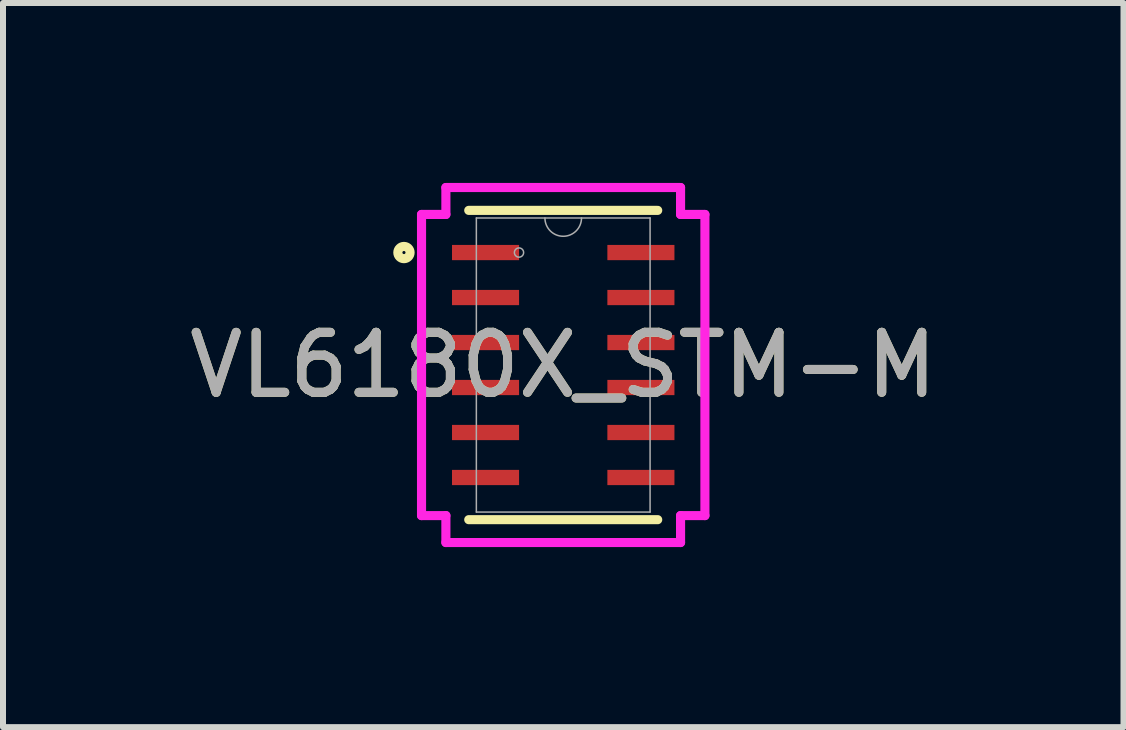
<source format=kicad_pcb>
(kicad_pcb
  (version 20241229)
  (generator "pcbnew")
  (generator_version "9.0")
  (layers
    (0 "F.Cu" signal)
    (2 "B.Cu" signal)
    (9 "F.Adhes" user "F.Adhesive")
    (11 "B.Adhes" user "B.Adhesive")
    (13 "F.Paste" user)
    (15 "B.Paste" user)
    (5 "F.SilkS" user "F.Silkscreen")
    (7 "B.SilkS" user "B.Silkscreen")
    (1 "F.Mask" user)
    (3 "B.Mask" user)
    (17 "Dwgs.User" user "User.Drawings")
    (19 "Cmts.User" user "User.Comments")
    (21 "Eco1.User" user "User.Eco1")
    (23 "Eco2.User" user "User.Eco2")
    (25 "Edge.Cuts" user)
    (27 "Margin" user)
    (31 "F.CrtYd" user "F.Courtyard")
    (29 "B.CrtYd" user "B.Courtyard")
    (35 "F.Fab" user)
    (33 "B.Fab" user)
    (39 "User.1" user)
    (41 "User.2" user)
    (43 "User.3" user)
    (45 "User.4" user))
  (footprint "VL6180X_STM-M"
    (layer "F.Cu")
    (at 6.339 3.035)
    (property "Reference" "VL6180X_STM-M" (at 0 0 0) (unlocked yes) (layer "F.SilkS") (effects (font (size 1 1) (thickness 0.15))))
    (attr smd)
    (fp_line (start -1.575 2.578) (end 1.575 2.578) (stroke (width 0.152) (type solid)) (layer "F.SilkS"))
    (fp_line (start 1.575 -2.578) (end -1.575 -2.578) (stroke (width 0.152) (type solid)) (layer "F.SilkS"))
    (fp_circle (center -2.655 -1.875) (end -2.553 -1.875) (stroke (width 0.152) (type solid)) (fill no) (layer "F.SilkS"))
    (fp_line (start -2.362 -2.51) (end -1.956 -2.51) (stroke (width 0.152) (type solid)) (layer "F.CrtYd"))
    (fp_line (start -2.362 2.51) (end -2.362 -2.51) (stroke (width 0.152) (type solid)) (layer "F.CrtYd"))
    (fp_line (start -2.362 2.51) (end -1.956 2.51) (stroke (width 0.152) (type solid)) (layer "F.CrtYd"))
    (fp_line (start -1.956 -2.959) (end 1.956 -2.959) (stroke (width 0.152) (type solid)) (layer "F.CrtYd"))
    (fp_line (start -1.956 -2.51) (end -1.956 -2.959) (stroke (width 0.152) (type solid)) (layer "F.CrtYd"))
    (fp_line (start -1.956 2.959) (end -1.956 2.51) (stroke (width 0.152) (type solid)) (layer "F.CrtYd"))
    (fp_line (start 1.956 -2.959) (end 1.956 -2.51) (stroke (width 0.152) (type solid)) (layer "F.CrtYd"))
    (fp_line (start 1.956 2.51) (end 1.956 2.959) (stroke (width 0.152) (type solid)) (layer "F.CrtYd"))
    (fp_line (start 1.956 2.959) (end -1.956 2.959) (stroke (width 0.152) (type solid)) (layer "F.CrtYd"))
    (fp_line (start 2.362 -2.51) (end 1.956 -2.51) (stroke (width 0.152) (type solid)) (layer "F.CrtYd"))
    (fp_line (start 2.362 -2.51) (end 2.362 2.51) (stroke (width 0.152) (type solid)) (layer "F.CrtYd"))
    (fp_line (start 2.362 2.51) (end 1.956 2.51) (stroke (width 0.152) (type solid)) (layer "F.CrtYd"))
    (fp_line (start -1.448 -2.451) (end -1.448 2.451) (stroke (width 0.025) (type solid)) (layer "F.Fab"))
    (fp_line (start -1.448 2.451) (end 1.448 2.451) (stroke (width 0.025) (type solid)) (layer "F.Fab"))
    (fp_line (start 1.448 -2.451) (end -1.448 -2.451) (stroke (width 0.025) (type solid)) (layer "F.Fab"))
    (fp_line (start 1.448 2.451) (end 1.448 -2.451) (stroke (width 0.025) (type solid)) (layer "F.Fab"))
    (fp_arc (start 0.3048 -2.4511) (mid 0 -2.1463) (end -0.3048 -2.4511) (stroke (width 0.0254) (type solid)) (layer "F.Fab"))
    (fp_circle (center -0.737 -1.875) (end -0.66 -1.875) (stroke (width 0.025) (type solid)) (fill no) (layer "F.Fab"))
    (fp_text user "${REFERENCE}" (at 0 0 0) (unlocked yes) (layer "F.Fab") (effects (font (size 1 1) (thickness 0.15))))
    (pad "1" smd rect (at -1.295 -1.875) (size 1.118 0.254) (layers "F.Cu" "F.Mask" "F.Paste"))
    (pad "2" smd rect (at -1.295 -1.125) (size 1.118 0.254) (layers "F.Cu" "F.Mask" "F.Paste"))
    (pad "3" smd rect (at -1.295 -0.375) (size 1.118 0.254) (layers "F.Cu" "F.Mask" "F.Paste"))
    (pad "4" smd rect (at -1.295 0.375) (size 1.118 0.254) (layers "F.Cu" "F.Mask" "F.Paste"))
    (pad "5" smd rect (at -1.295 1.125) (size 1.118 0.254) (layers "F.Cu" "F.Mask" "F.Paste"))
    (pad "6" smd rect (at -1.295 1.875) (size 1.118 0.254) (layers "F.Cu" "F.Mask" "F.Paste"))
    (pad "7" smd rect (at 1.295 1.875) (size 1.118 0.254) (layers "F.Cu" "F.Mask" "F.Paste"))
    (pad "8" smd rect (at 1.295 1.125) (size 1.118 0.254) (layers "F.Cu" "F.Mask" "F.Paste"))
    (pad "9" smd rect (at 1.295 0.375) (size 1.118 0.254) (layers "F.Cu" "F.Mask" "F.Paste"))
    (pad "10" smd rect (at 1.295 -0.375) (size 1.118 0.254) (layers "F.Cu" "F.Mask" "F.Paste"))
    (pad "11" smd rect (at 1.295 -1.125) (size 1.118 0.254) (layers "F.Cu" "F.Mask" "F.Paste"))
    (pad "12" smd rect (at 1.295 -1.875) (size 1.118 0.254) (layers "F.Cu" "F.Mask" "F.Paste")))
  (gr_rect
    (start -3 -3)
    (end 15.679 9.071)
    (stroke (width 0.1) (type default))
    (fill no)
    (layer "Edge.Cuts")))
</source>
